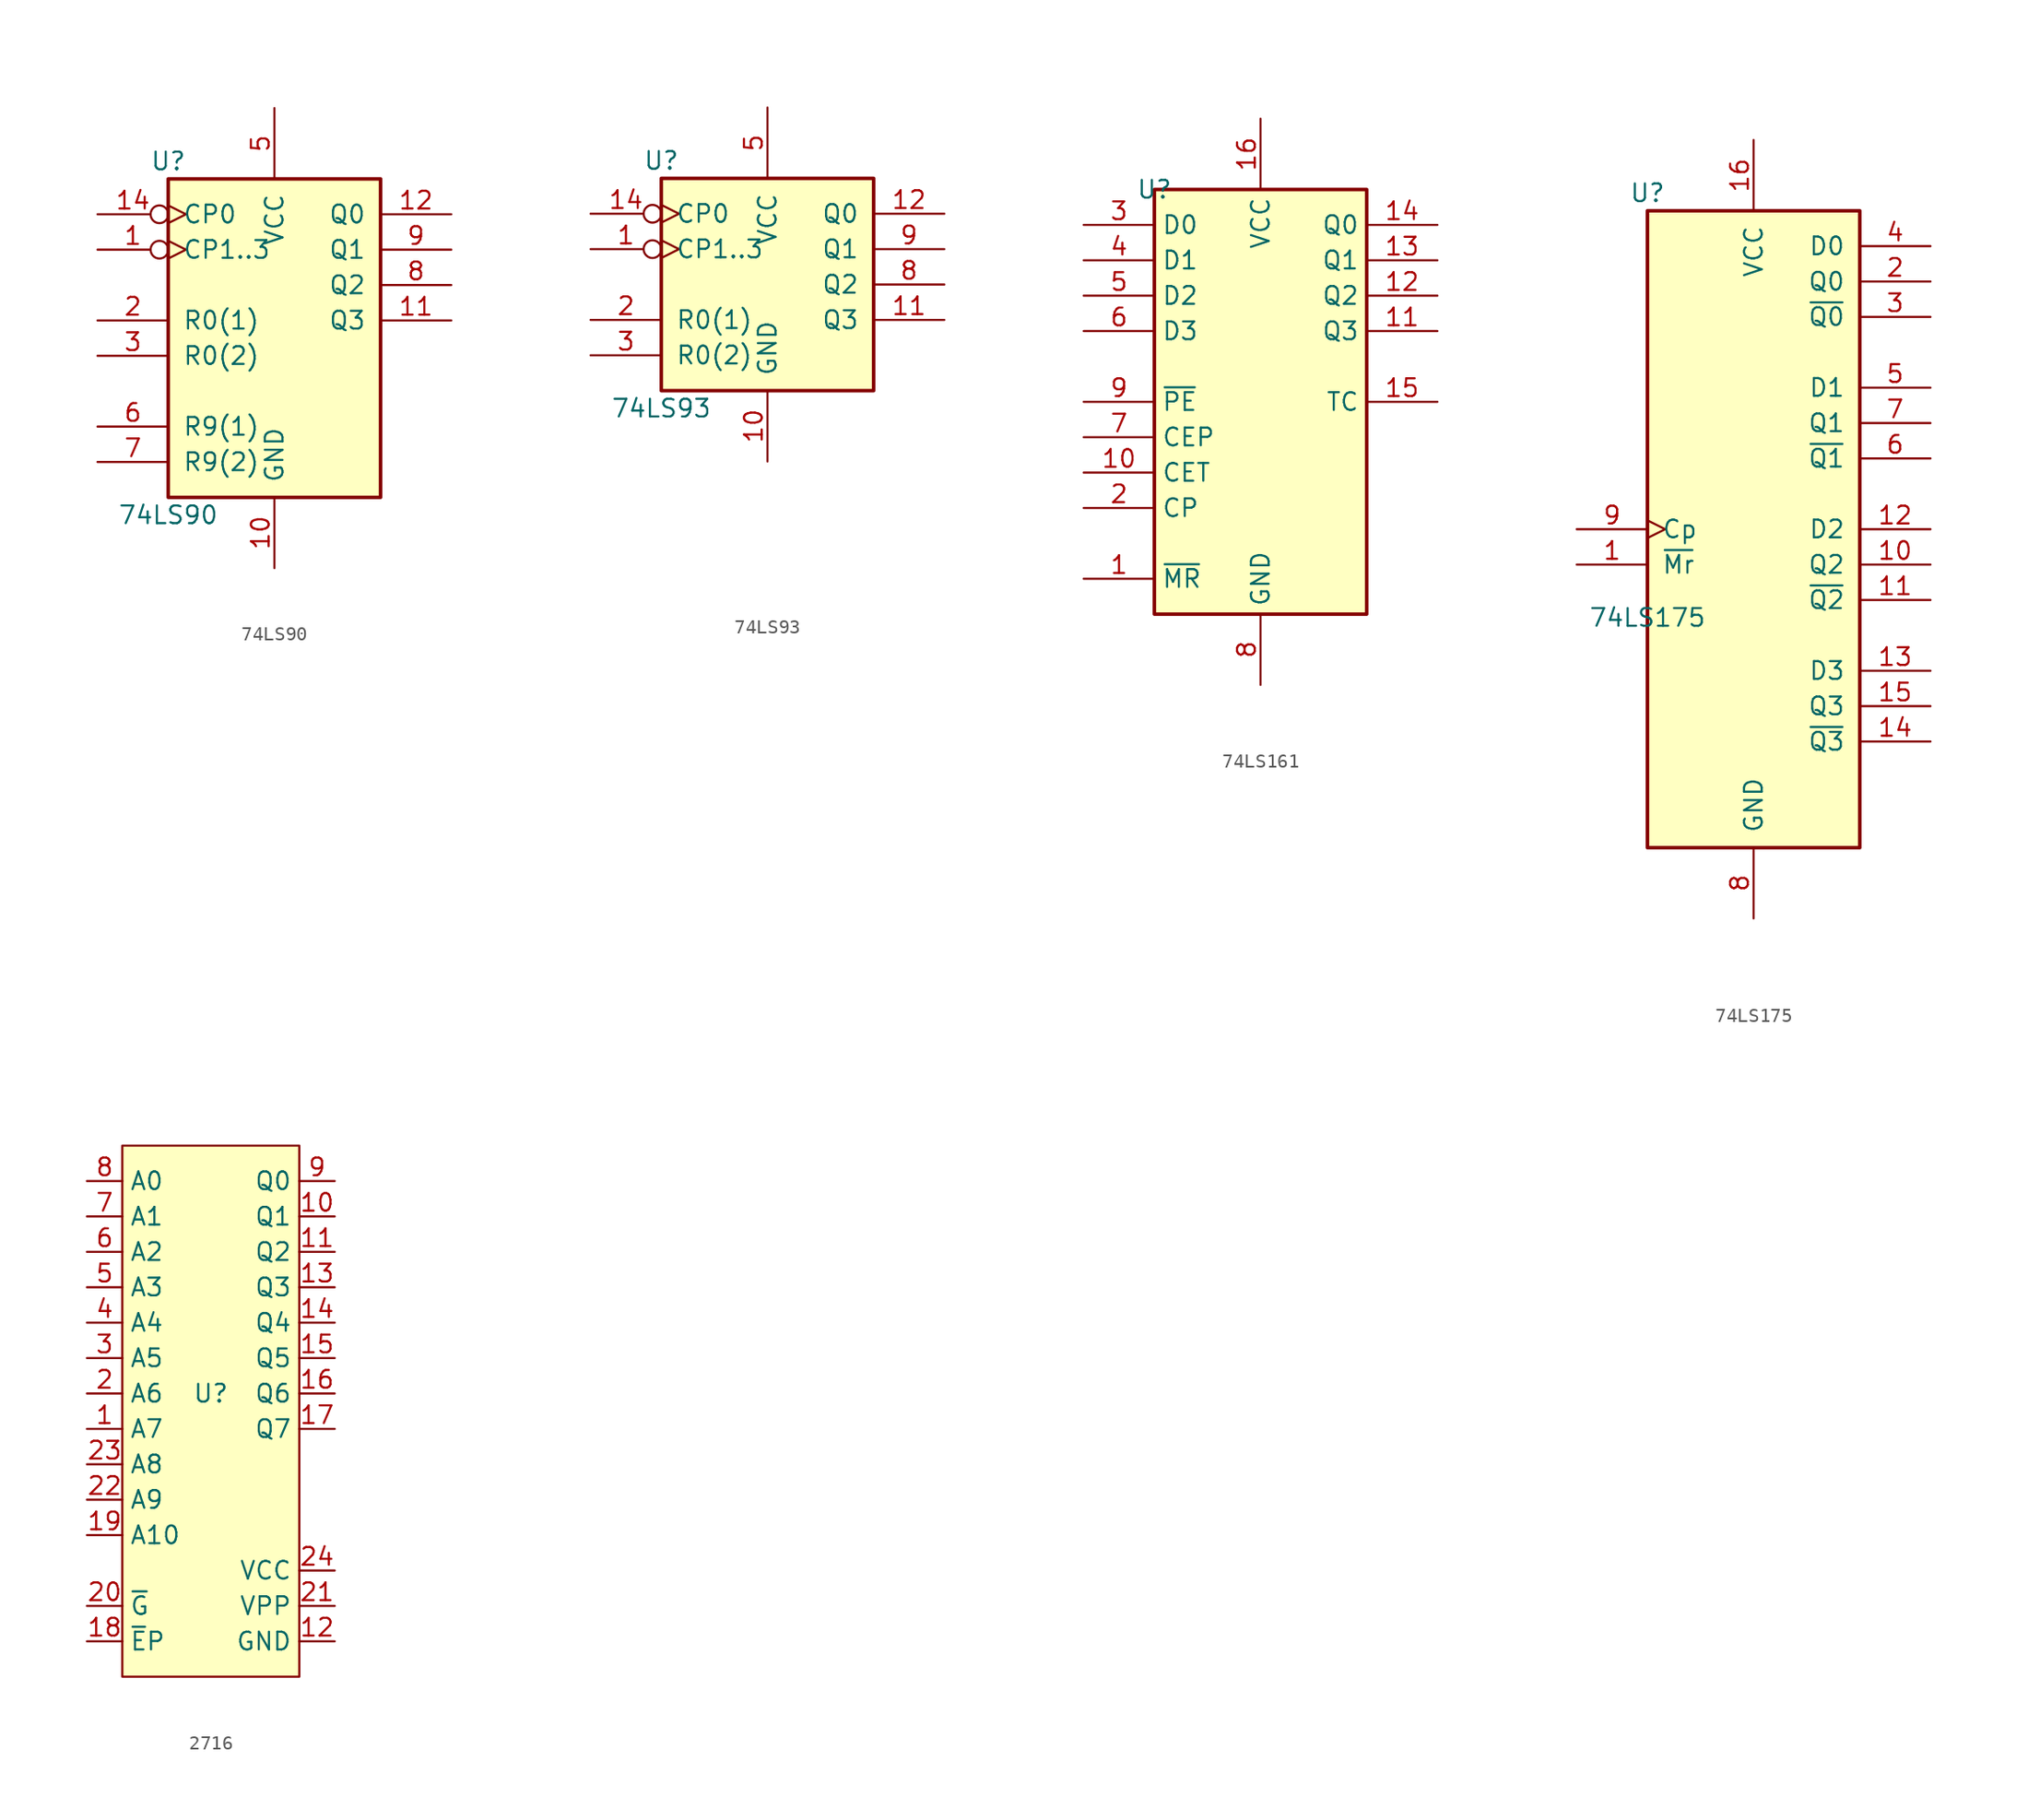
<source format=kicad_sym>
(kicad_symbol_lib
  (version 20231120)
  (generator "kicad_symbol_editor")
  (generator_version "8.0")
  (symbol "74LS90"
    (pin_names
      (offset 1.016))
    (property "Reference" "U"
      (at -7.62 11.43 0)
      (effects (font (size 1.27 1.27))))
    (property "Value" "74LS90"
      (at -7.62 -13.97 0)
      (effects (font (size 1.27 1.27))))
    (property "ki_locked" ""
      (at 0 0 0)
      (effects (font (size 1.27 1.27))))
    (symbol "74LS90_1_0"
      (pin input inverted_clock (at -12.7 5.08 0) (length 5.08) (name "CP1..3" (effects (font (size 1.27 1.27)))) (number "1" (effects (font (size 1.27 1.27)))))
      (pin power_in line (at 0 -17.78 90) (length 5.08) (name "GND" (effects (font (size 1.27 1.27)))) (number "10" (effects (font (size 1.27 1.27)))))
      (pin output line (at 12.7 0 180) (length 5.08) (name "Q3" (effects (font (size 1.27 1.27)))) (number "11" (effects (font (size 1.27 1.27)))))
      (pin output line (at 12.7 7.62 180) (length 5.08) (name "Q0" (effects (font (size 1.27 1.27)))) (number "12" (effects (font (size 1.27 1.27)))))
      (pin no_connect line (at 12.7 -10.16 180) (length 5.08) hide (name "NC2" (effects (font (size 1.27 1.27)))) (number "13" (effects (font (size 1.27 1.27)))))
      (pin input inverted_clock (at -12.7 7.62 0) (length 5.08) (name "CP0" (effects (font (size 1.27 1.27)))) (number "14" (effects (font (size 1.27 1.27)))))
      (pin input line (at -12.7 0 0) (length 5.08) (name "R0(1)" (effects (font (size 1.27 1.27)))) (number "2" (effects (font (size 1.27 1.27)))))
      (pin input line (at -12.7 -2.54 0) (length 5.08) (name "R0(2)" (effects (font (size 1.27 1.27)))) (number "3" (effects (font (size 1.27 1.27)))))
      (pin no_connect line (at 12.7 -7.62 180) (length 5.08) hide (name "NC1" (effects (font (size 1.27 1.27)))) (number "4" (effects (font (size 1.27 1.27)))))
      (pin power_in line (at 0 15.24 270) (length 5.08) (name "VCC" (effects (font (size 1.27 1.27)))) (number "5" (effects (font (size 1.27 1.27)))))
      (pin input line (at -12.7 -7.62 0) (length 5.08) (name "R9(1)" (effects (font (size 1.27 1.27)))) (number "6" (effects (font (size 1.27 1.27)))))
      (pin input line (at -12.7 -10.16 0) (length 5.08) (name "R9(2)" (effects (font (size 1.27 1.27)))) (number "7" (effects (font (size 1.27 1.27)))))
      (pin output line (at 12.7 2.54 180) (length 5.08) (name "Q2" (effects (font (size 1.27 1.27)))) (number "8" (effects (font (size 1.27 1.27)))))
      (pin output line (at 12.7 5.08 180) (length 5.08) (name "Q1" (effects (font (size 1.27 1.27)))) (number "9" (effects (font (size 1.27 1.27))))))
    (symbol "74LS90_1_1"
      (rectangle (start -7.62 10.16) (end 7.62 -12.7) (stroke (width 0.254) (type default)) (fill (type background)))))
  (symbol "74LS93"
    (pin_names
      (offset 1.016))
    (property "Reference" "U"
      (at -7.62 8.89 0)
      (effects (font (size 1.27 1.27))))
    (property "Value" "74LS93"
      (at -7.62 -8.89 0)
      (effects (font (size 1.27 1.27))))
    (property "ki_locked" ""
      (at 0 0 0)
      (effects (font (size 1.27 1.27))))
    (symbol "74LS93_1_0"
      (pin input inverted_clock (at -12.7 2.54 0) (length 5.08) (name "CP1..3" (effects (font (size 1.27 1.27)))) (number "1" (effects (font (size 1.27 1.27)))))
      (pin power_in line (at 0 -12.7 90) (length 5.08) (name "GND" (effects (font (size 1.27 1.27)))) (number "10" (effects (font (size 1.27 1.27)))))
      (pin output line (at 12.7 -2.54 180) (length 5.08) (name "Q3" (effects (font (size 1.27 1.27)))) (number "11" (effects (font (size 1.27 1.27)))))
      (pin output line (at 12.7 5.08 180) (length 5.08) (name "Q0" (effects (font (size 1.27 1.27)))) (number "12" (effects (font (size 1.27 1.27)))))
      (pin no_connect line (at 12.7 -20.32 180) (length 5.08) hide (name "NC" (effects (font (size 1.27 1.27)))) (number "13" (effects (font (size 1.27 1.27)))))
      (pin input inverted_clock (at -12.7 5.08 0) (length 5.08) (name "CP0" (effects (font (size 1.27 1.27)))) (number "14" (effects (font (size 1.27 1.27)))))
      (pin input line (at -12.7 -2.54 0) (length 5.08) (name "R0(1)" (effects (font (size 1.27 1.27)))) (number "2" (effects (font (size 1.27 1.27)))))
      (pin input line (at -12.7 -5.08 0) (length 5.08) (name "R0(2)" (effects (font (size 1.27 1.27)))) (number "3" (effects (font (size 1.27 1.27)))))
      (pin no_connect line (at 12.7 -12.7 180) (length 5.08) hide (name "NC" (effects (font (size 1.27 1.27)))) (number "4" (effects (font (size 1.27 1.27)))))
      (pin power_in line (at 0 12.7 270) (length 5.08) (name "VCC" (effects (font (size 1.27 1.27)))) (number "5" (effects (font (size 1.27 1.27)))))
      (pin no_connect line (at 12.7 -15.24 180) (length 5.08) hide (name "NC" (effects (font (size 1.27 1.27)))) (number "6" (effects (font (size 1.27 1.27)))))
      (pin no_connect line (at 12.7 -17.78 180) (length 5.08) hide (name "NC" (effects (font (size 1.27 1.27)))) (number "7" (effects (font (size 1.27 1.27)))))
      (pin output line (at 12.7 0 180) (length 5.08) (name "Q2" (effects (font (size 1.27 1.27)))) (number "8" (effects (font (size 1.27 1.27)))))
      (pin output line (at 12.7 2.54 180) (length 5.08) (name "Q1" (effects (font (size 1.27 1.27)))) (number "9" (effects (font (size 1.27 1.27))))))
    (symbol "74LS93_1_1"
      (rectangle (start -7.62 7.62) (end 7.62 -7.62) (stroke (width 0.254) (type default)) (fill (type background)))))
  (symbol "74LS161"
    (property "Reference" "U"
      (at -7.62 15.24 0)
      (effects (font (size 1.27 1.27))))
    (property "Value" ""
      (at -7.62 15.24 0)
      (effects (font (size 1.27 1.27))))
    (symbol "74LS161_1_0"
      (pin input line (at -12.7 -12.7 0) (length 5.08) (name "~{MR}" (effects (font (size 1.27 1.27)))) (number "1" (effects (font (size 1.27 1.27)))))
      (pin input line (at -12.7 -5.08 0) (length 5.08) (name "CET" (effects (font (size 1.27 1.27)))) (number "10" (effects (font (size 1.27 1.27)))))
      (pin output line (at 12.7 5.08 180) (length 5.08) (name "Q3" (effects (font (size 1.27 1.27)))) (number "11" (effects (font (size 1.27 1.27)))))
      (pin output line (at 12.7 7.62 180) (length 5.08) (name "Q2" (effects (font (size 1.27 1.27)))) (number "12" (effects (font (size 1.27 1.27)))))
      (pin output line (at 12.7 10.16 180) (length 5.08) (name "Q1" (effects (font (size 1.27 1.27)))) (number "13" (effects (font (size 1.27 1.27)))))
      (pin output line (at 12.7 12.7 180) (length 5.08) (name "Q0" (effects (font (size 1.27 1.27)))) (number "14" (effects (font (size 1.27 1.27)))))
      (pin output line (at 12.7 0 180) (length 5.08) (name "TC" (effects (font (size 1.27 1.27)))) (number "15" (effects (font (size 1.27 1.27)))))
      (pin power_in line (at 0 20.32 270) (length 5.08) (name "VCC" (effects (font (size 1.27 1.27)))) (number "16" (effects (font (size 1.27 1.27)))))
      (pin input line (at -12.7 -7.62 0) (length 5.08) (name "CP" (effects (font (size 1.27 1.27)))) (number "2" (effects (font (size 1.27 1.27)))))
      (pin input line (at -12.7 12.7 0) (length 5.08) (name "D0" (effects (font (size 1.27 1.27)))) (number "3" (effects (font (size 1.27 1.27)))))
      (pin input line (at -12.7 10.16 0) (length 5.08) (name "D1" (effects (font (size 1.27 1.27)))) (number "4" (effects (font (size 1.27 1.27)))))
      (pin input line (at -12.7 7.62 0) (length 5.08) (name "D2" (effects (font (size 1.27 1.27)))) (number "5" (effects (font (size 1.27 1.27)))))
      (pin input line (at -12.7 5.08 0) (length 5.08) (name "D3" (effects (font (size 1.27 1.27)))) (number "6" (effects (font (size 1.27 1.27)))))
      (pin input line (at -12.7 -2.54 0) (length 5.08) (name "CEP" (effects (font (size 1.27 1.27)))) (number "7" (effects (font (size 1.27 1.27)))))
      (pin power_in line (at 0 -20.32 90) (length 5.08) (name "GND" (effects (font (size 1.27 1.27)))) (number "8" (effects (font (size 1.27 1.27)))))
      (pin input line (at -12.7 0 0) (length 5.08) (name "~{PE}" (effects (font (size 1.27 1.27)))) (number "9" (effects (font (size 1.27 1.27))))))
    (symbol "74LS161_1_1"
      (rectangle (start -7.62 15.24) (end 7.62 -15.24) (stroke (width 0.254) (type default)) (fill (type background)))))
  (symbol "74LS175"
    (pin_names
      (offset 1.016))
    (property "Reference" "U"
      (at -7.62 13.97 0)
      (effects (font (size 1.27 1.27))))
    (property "Value" "74LS175"
      (at -7.62 -16.51 0)
      (effects (font (size 1.27 1.27))))
    (property "ki_locked" ""
      (at 0 0 0)
      (effects (font (size 1.27 1.27))))
    (symbol "74LS175_1_0"
      (pin input line (at -12.7 -12.7 0) (length 5.08) (name "~{Mr}" (effects (font (size 1.27 1.27)))) (number "1" (effects (font (size 1.27 1.27)))))
      (pin output line (at 12.7 -12.7 180) (length 5.08) (name "Q2" (effects (font (size 1.27 1.27)))) (number "10" (effects (font (size 1.27 1.27)))))
      (pin output line (at 12.7 -15.24 180) (length 5.08) (name "~{Q2}" (effects (font (size 1.27 1.27)))) (number "11" (effects (font (size 1.27 1.27)))))
      (pin input line (at 12.7 -10.16 180) (length 5.08) (name "D2" (effects (font (size 1.27 1.27)))) (number "12" (effects (font (size 1.27 1.27)))))
      (pin input line (at 12.7 -20.32 180) (length 5.08) (name "D3" (effects (font (size 1.27 1.27)))) (number "13" (effects (font (size 1.27 1.27)))))
      (pin output line (at 12.7 -25.4 180) (length 5.08) (name "~{Q3}" (effects (font (size 1.27 1.27)))) (number "14" (effects (font (size 1.27 1.27)))))
      (pin output line (at 12.7 -22.86 180) (length 5.08) (name "Q3" (effects (font (size 1.27 1.27)))) (number "15" (effects (font (size 1.27 1.27)))))
      (pin power_in line (at 0 17.78 270) (length 5.08) (name "VCC" (effects (font (size 1.27 1.27)))) (number "16" (effects (font (size 1.27 1.27)))))
      (pin output line (at 12.7 7.62 180) (length 5.08) (name "Q0" (effects (font (size 1.27 1.27)))) (number "2" (effects (font (size 1.27 1.27)))))
      (pin output line (at 12.7 5.08 180) (length 5.08) (name "~{Q0}" (effects (font (size 1.27 1.27)))) (number "3" (effects (font (size 1.27 1.27)))))
      (pin input line (at 12.7 10.16 180) (length 5.08) (name "D0" (effects (font (size 1.27 1.27)))) (number "4" (effects (font (size 1.27 1.27)))))
      (pin input line (at 12.7 0 180) (length 5.08) (name "D1" (effects (font (size 1.27 1.27)))) (number "5" (effects (font (size 1.27 1.27)))))
      (pin output line (at 12.7 -5.08 180) (length 5.08) (name "~{Q1}" (effects (font (size 1.27 1.27)))) (number "6" (effects (font (size 1.27 1.27)))))
      (pin output line (at 12.7 -2.54 180) (length 5.08) (name "Q1" (effects (font (size 1.27 1.27)))) (number "7" (effects (font (size 1.27 1.27)))))
      (pin power_in line (at 0 -38.1 90) (length 5.08) (name "GND" (effects (font (size 1.27 1.27)))) (number "8" (effects (font (size 1.27 1.27)))))
      (pin input clock (at -12.7 -10.16 0) (length 5.08) (name "Cp" (effects (font (size 1.27 1.27)))) (number "9" (effects (font (size 1.27 1.27))))))
    (symbol "74LS175_1_1"
      (rectangle (start -7.62 12.7) (end 7.62 -33.02) (stroke (width 0.254) (type default)) (fill (type background)))))
  (symbol "2716"
    (property "Reference" "U"
      (at 0 0 0)
      (effects (font (size 1.27 1.27))))
    (property "Value" ""
      (at 0 0 0)
      (effects (font (size 1.27 1.27))))
    (symbol "2716_1_1"
      (rectangle (start -6.35 17.78) (end 6.35 -20.32) (stroke (width 0) (type default)) (fill (type background)))
      (pin input line (at -8.89 -2.54 0) (length 2.54) (name "A7" (effects (font (size 1.27 1.27)))) (number "1" (effects (font (size 1.27 1.27)))))
      (pin output line (at 8.89 12.7 180) (length 2.54) (name "Q1" (effects (font (size 1.27 1.27)))) (number "10" (effects (font (size 1.27 1.27)))))
      (pin output line (at 8.89 10.16 180) (length 2.54) (name "Q2" (effects (font (size 1.27 1.27)))) (number "11" (effects (font (size 1.27 1.27)))))
      (pin power_in line (at 8.89 -17.78 180) (length 2.54) (name "GND" (effects (font (size 1.27 1.27)))) (number "12" (effects (font (size 1.27 1.27)))))
      (pin output line (at 8.89 7.62 180) (length 2.54) (name "Q3" (effects (font (size 1.27 1.27)))) (number "13" (effects (font (size 1.27 1.27)))))
      (pin output line (at 8.89 5.08 180) (length 2.54) (name "Q4" (effects (font (size 1.27 1.27)))) (number "14" (effects (font (size 1.27 1.27)))))
      (pin output line (at 8.89 2.54 180) (length 2.54) (name "Q5" (effects (font (size 1.27 1.27)))) (number "15" (effects (font (size 1.27 1.27)))))
      (pin output line (at 8.89 0 180) (length 2.54) (name "Q6" (effects (font (size 1.27 1.27)))) (number "16" (effects (font (size 1.27 1.27)))))
      (pin output line (at 8.89 -2.54 180) (length 2.54) (name "Q7" (effects (font (size 1.27 1.27)))) (number "17" (effects (font (size 1.27 1.27)))))
      (pin input line (at -8.89 -17.78 0) (length 2.54) (name "~{E}P" (effects (font (size 1.27 1.27)))) (number "18" (effects (font (size 1.27 1.27)))))
      (pin input line (at -8.89 -10.16 0) (length 2.54) (name "A10" (effects (font (size 1.27 1.27)))) (number "19" (effects (font (size 1.27 1.27)))))
      (pin input line (at -8.89 0 0) (length 2.54) (name "A6" (effects (font (size 1.27 1.27)))) (number "2" (effects (font (size 1.27 1.27)))))
      (pin input line (at -8.89 -15.24 0) (length 2.54) (name "~{G}" (effects (font (size 1.27 1.27)))) (number "20" (effects (font (size 1.27 1.27)))))
      (pin power_in line (at 8.89 -15.24 180) (length 2.54) (name "VPP" (effects (font (size 1.27 1.27)))) (number "21" (effects (font (size 1.27 1.27)))))
      (pin input line (at -8.89 -7.62 0) (length 2.54) (name "A9" (effects (font (size 1.27 1.27)))) (number "22" (effects (font (size 1.27 1.27)))))
      (pin input line (at -8.89 -5.08 0) (length 2.54) (name "A8" (effects (font (size 1.27 1.27)))) (number "23" (effects (font (size 1.27 1.27)))))
      (pin power_in line (at 8.89 -12.7 180) (length 2.54) (name "VCC" (effects (font (size 1.27 1.27)))) (number "24" (effects (font (size 1.27 1.27)))))
      (pin input line (at -8.89 2.54 0) (length 2.54) (name "A5" (effects (font (size 1.27 1.27)))) (number "3" (effects (font (size 1.27 1.27)))))
      (pin input line (at -8.89 5.08 0) (length 2.54) (name "A4" (effects (font (size 1.27 1.27)))) (number "4" (effects (font (size 1.27 1.27)))))
      (pin input line (at -8.89 7.62 0) (length 2.54) (name "A3" (effects (font (size 1.27 1.27)))) (number "5" (effects (font (size 1.27 1.27)))))
      (pin input line (at -8.89 10.16 0) (length 2.54) (name "A2" (effects (font (size 1.27 1.27)))) (number "6" (effects (font (size 1.27 1.27)))))
      (pin input line (at -8.89 12.7 0) (length 2.54) (name "A1" (effects (font (size 1.27 1.27)))) (number "7" (effects (font (size 1.27 1.27)))))
      (pin input line (at -8.89 15.24 0) (length 2.54) (name "A0" (effects (font (size 1.27 1.27)))) (number "8" (effects (font (size 1.27 1.27)))))
      (pin output line (at 8.89 15.24 180) (length 2.54) (name "Q0" (effects (font (size 1.27 1.27)))) (number "9" (effects (font (size 1.27 1.27))))))))
</source>
